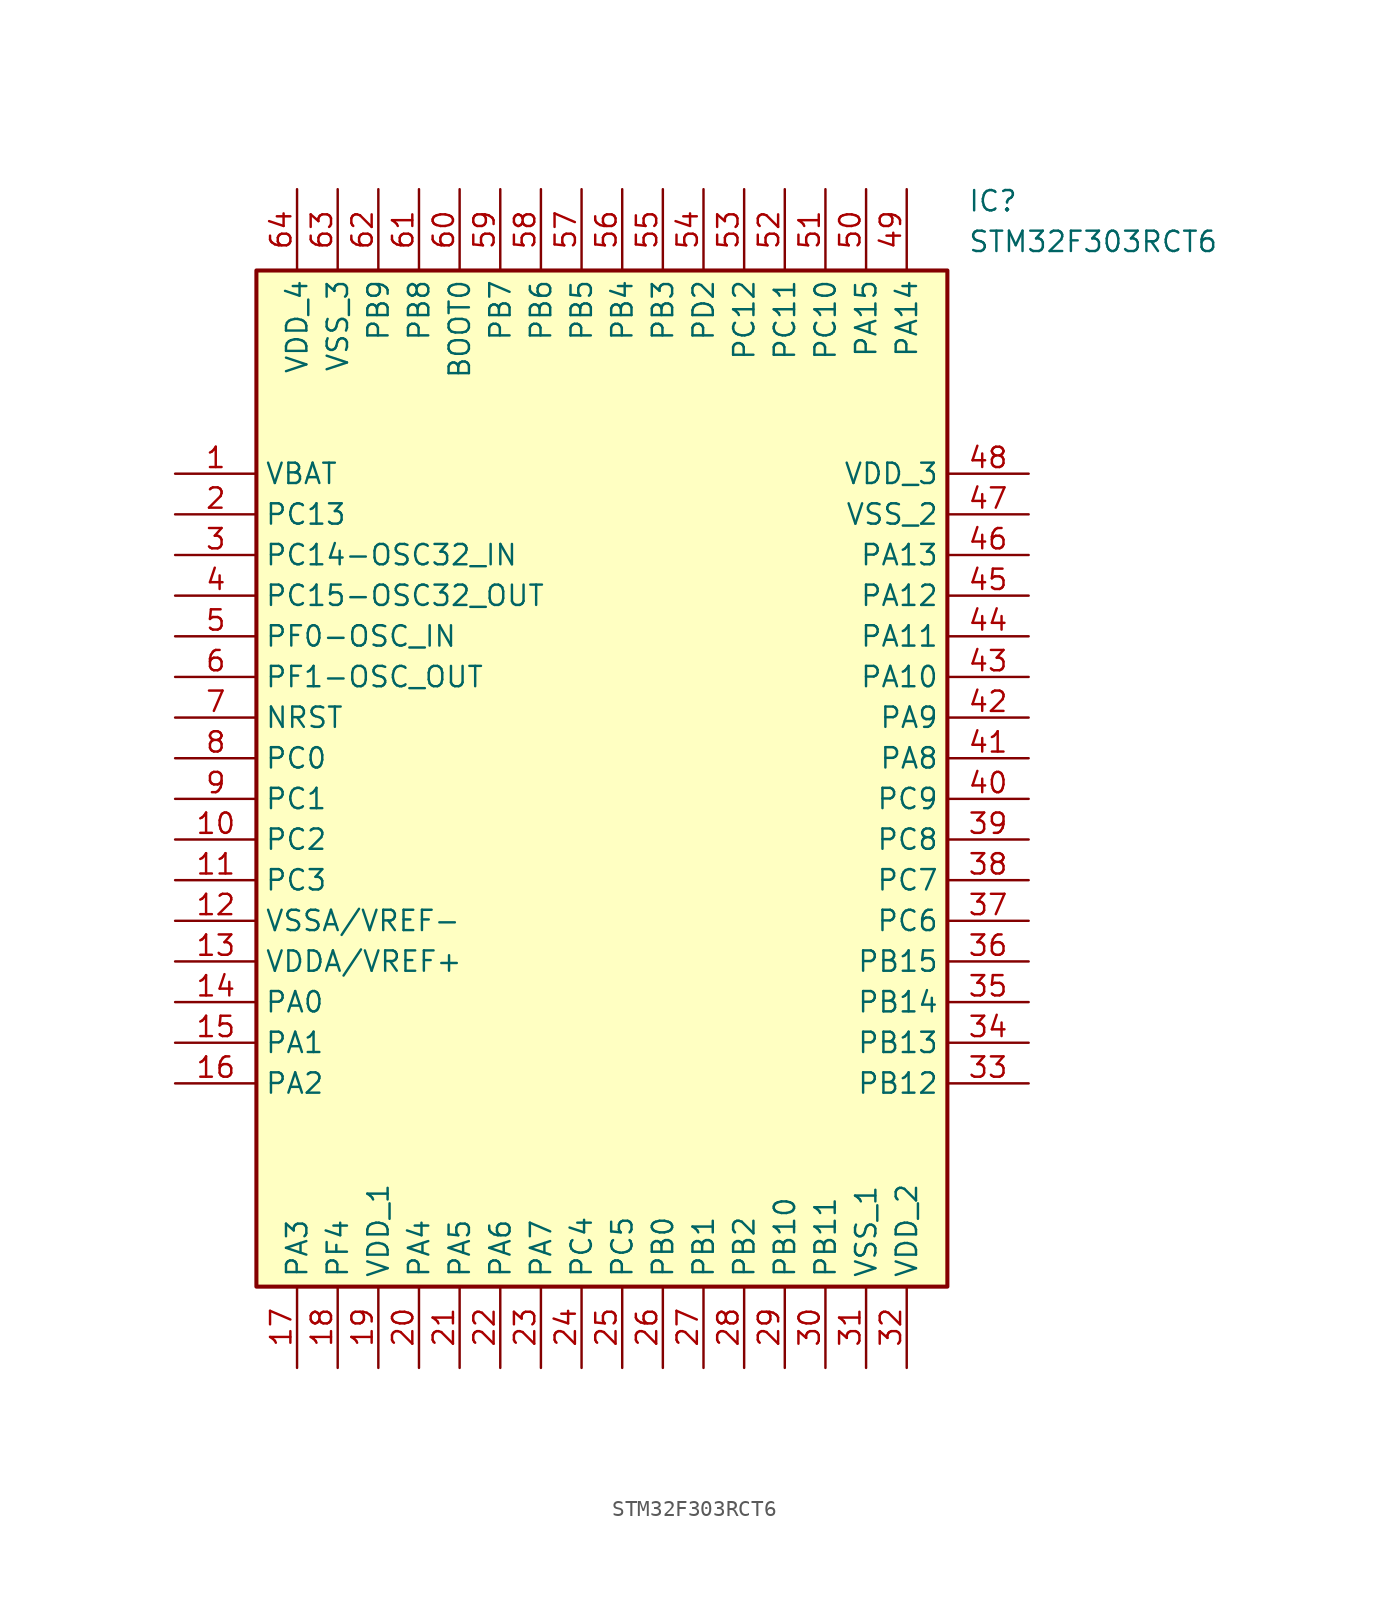
<source format=kicad_sym>
(kicad_symbol_lib
  (version 20211014)
  (generator SamacSys_ECAD_Model)
  (symbol "STM32F303RCT6"
    (property "Reference" "IC"
      (at 49.53 17.78 0)
      (effects (font (size 1.27 1.27)) (justify left top)))
    (property "Value" "STM32F303RCT6"
      (at 49.53 15.24 0)
      (effects (font (size 1.27 1.27)) (justify left top)))
    (rectangle
      (start 5.08 12.7)
      (end 48.26 -50.8)
      (stroke (width 0.254) (type default))
      (fill (type background)))
    (pin power_in line
      (at 0 0 0)
      (length 5.08)
      (name "VBAT" (effects (font (size 1.27 1.27))))
      (number "1" (effects (font (size 1.27 1.27)))))
    (pin passive line
      (at 0 -2.54 0)
      (length 5.08)
      (name "PC13" (effects (font (size 1.27 1.27))))
      (number "2" (effects (font (size 1.27 1.27)))))
    (pin passive line
      (at 0 -5.08 0)
      (length 5.08)
      (name "PC14-OSC32_IN" (effects (font (size 1.27 1.27))))
      (number "3" (effects (font (size 1.27 1.27)))))
    (pin passive line
      (at 0 -7.62 0)
      (length 5.08)
      (name "PC15-OSC32_OUT" (effects (font (size 1.27 1.27))))
      (number "4" (effects (font (size 1.27 1.27)))))
    (pin passive line
      (at 0 -10.16 0)
      (length 5.08)
      (name "PF0-OSC_IN" (effects (font (size 1.27 1.27))))
      (number "5" (effects (font (size 1.27 1.27)))))
    (pin passive line
      (at 0 -12.7 0)
      (length 5.08)
      (name "PF1-OSC_OUT" (effects (font (size 1.27 1.27))))
      (number "6" (effects (font (size 1.27 1.27)))))
    (pin passive line
      (at 0 -15.24 0)
      (length 5.08)
      (name "NRST" (effects (font (size 1.27 1.27))))
      (number "7" (effects (font (size 1.27 1.27)))))
    (pin passive line
      (at 0 -17.78 0)
      (length 5.08)
      (name "PC0" (effects (font (size 1.27 1.27))))
      (number "8" (effects (font (size 1.27 1.27)))))
    (pin passive line
      (at 0 -20.32 0)
      (length 5.08)
      (name "PC1" (effects (font (size 1.27 1.27))))
      (number "9" (effects (font (size 1.27 1.27)))))
    (pin passive line
      (at 0 -22.86 0)
      (length 5.08)
      (name "PC2" (effects (font (size 1.27 1.27))))
      (number "10" (effects (font (size 1.27 1.27)))))
    (pin passive line
      (at 0 -25.4 0)
      (length 5.08)
      (name "PC3" (effects (font (size 1.27 1.27))))
      (number "11" (effects (font (size 1.27 1.27)))))
    (pin power_in line
      (at 0 -27.94 0)
      (length 5.08)
      (name "VSSA/VREF-" (effects (font (size 1.27 1.27))))
      (number "12" (effects (font (size 1.27 1.27)))))
    (pin power_in line
      (at 0 -30.48 0)
      (length 5.08)
      (name "VDDA/VREF+" (effects (font (size 1.27 1.27))))
      (number "13" (effects (font (size 1.27 1.27)))))
    (pin passive line
      (at 0 -33.02 0)
      (length 5.08)
      (name "PA0" (effects (font (size 1.27 1.27))))
      (number "14" (effects (font (size 1.27 1.27)))))
    (pin passive line
      (at 0 -35.56 0)
      (length 5.08)
      (name "PA1" (effects (font (size 1.27 1.27))))
      (number "15" (effects (font (size 1.27 1.27)))))
    (pin passive line
      (at 0 -38.1 0)
      (length 5.08)
      (name "PA2" (effects (font (size 1.27 1.27))))
      (number "16" (effects (font (size 1.27 1.27)))))
    (pin passive line
      (at 7.62 -55.88 90)
      (length 5.08)
      (name "PA3" (effects (font (size 1.27 1.27))))
      (number "17" (effects (font (size 1.27 1.27)))))
    (pin passive line
      (at 10.16 -55.88 90)
      (length 5.08)
      (name "PF4" (effects (font (size 1.27 1.27))))
      (number "18" (effects (font (size 1.27 1.27)))))
    (pin power_in line
      (at 12.7 -55.88 90)
      (length 5.08)
      (name "VDD_1" (effects (font (size 1.27 1.27))))
      (number "19" (effects (font (size 1.27 1.27)))))
    (pin passive line
      (at 15.24 -55.88 90)
      (length 5.08)
      (name "PA4" (effects (font (size 1.27 1.27))))
      (number "20" (effects (font (size 1.27 1.27)))))
    (pin passive line
      (at 17.78 -55.88 90)
      (length 5.08)
      (name "PA5" (effects (font (size 1.27 1.27))))
      (number "21" (effects (font (size 1.27 1.27)))))
    (pin passive line
      (at 20.32 -55.88 90)
      (length 5.08)
      (name "PA6" (effects (font (size 1.27 1.27))))
      (number "22" (effects (font (size 1.27 1.27)))))
    (pin passive line
      (at 22.86 -55.88 90)
      (length 5.08)
      (name "PA7" (effects (font (size 1.27 1.27))))
      (number "23" (effects (font (size 1.27 1.27)))))
    (pin passive line
      (at 25.4 -55.88 90)
      (length 5.08)
      (name "PC4" (effects (font (size 1.27 1.27))))
      (number "24" (effects (font (size 1.27 1.27)))))
    (pin passive line
      (at 27.94 -55.88 90)
      (length 5.08)
      (name "PC5" (effects (font (size 1.27 1.27))))
      (number "25" (effects (font (size 1.27 1.27)))))
    (pin passive line
      (at 30.48 -55.88 90)
      (length 5.08)
      (name "PB0" (effects (font (size 1.27 1.27))))
      (number "26" (effects (font (size 1.27 1.27)))))
    (pin passive line
      (at 33.02 -55.88 90)
      (length 5.08)
      (name "PB1" (effects (font (size 1.27 1.27))))
      (number "27" (effects (font (size 1.27 1.27)))))
    (pin passive line
      (at 35.56 -55.88 90)
      (length 5.08)
      (name "PB2" (effects (font (size 1.27 1.27))))
      (number "28" (effects (font (size 1.27 1.27)))))
    (pin passive line
      (at 38.1 -55.88 90)
      (length 5.08)
      (name "PB10" (effects (font (size 1.27 1.27))))
      (number "29" (effects (font (size 1.27 1.27)))))
    (pin passive line
      (at 40.64 -55.88 90)
      (length 5.08)
      (name "PB11" (effects (font (size 1.27 1.27))))
      (number "30" (effects (font (size 1.27 1.27)))))
    (pin power_in line
      (at 43.18 -55.88 90)
      (length 5.08)
      (name "VSS_1" (effects (font (size 1.27 1.27))))
      (number "31" (effects (font (size 1.27 1.27)))))
    (pin power_in line
      (at 45.72 -55.88 90)
      (length 5.08)
      (name "VDD_2" (effects (font (size 1.27 1.27))))
      (number "32" (effects (font (size 1.27 1.27)))))
    (pin power_in line
      (at 53.34 0 180)
      (length 5.08)
      (name "VDD_3" (effects (font (size 1.27 1.27))))
      (number "48" (effects (font (size 1.27 1.27)))))
    (pin power_in line
      (at 53.34 -2.54 180)
      (length 5.08)
      (name "VSS_2" (effects (font (size 1.27 1.27))))
      (number "47" (effects (font (size 1.27 1.27)))))
    (pin passive line
      (at 53.34 -5.08 180)
      (length 5.08)
      (name "PA13" (effects (font (size 1.27 1.27))))
      (number "46" (effects (font (size 1.27 1.27)))))
    (pin passive line
      (at 53.34 -7.62 180)
      (length 5.08)
      (name "PA12" (effects (font (size 1.27 1.27))))
      (number "45" (effects (font (size 1.27 1.27)))))
    (pin passive line
      (at 53.34 -10.16 180)
      (length 5.08)
      (name "PA11" (effects (font (size 1.27 1.27))))
      (number "44" (effects (font (size 1.27 1.27)))))
    (pin passive line
      (at 53.34 -12.7 180)
      (length 5.08)
      (name "PA10" (effects (font (size 1.27 1.27))))
      (number "43" (effects (font (size 1.27 1.27)))))
    (pin passive line
      (at 53.34 -15.24 180)
      (length 5.08)
      (name "PA9" (effects (font (size 1.27 1.27))))
      (number "42" (effects (font (size 1.27 1.27)))))
    (pin passive line
      (at 53.34 -17.78 180)
      (length 5.08)
      (name "PA8" (effects (font (size 1.27 1.27))))
      (number "41" (effects (font (size 1.27 1.27)))))
    (pin passive line
      (at 53.34 -20.32 180)
      (length 5.08)
      (name "PC9" (effects (font (size 1.27 1.27))))
      (number "40" (effects (font (size 1.27 1.27)))))
    (pin passive line
      (at 53.34 -22.86 180)
      (length 5.08)
      (name "PC8" (effects (font (size 1.27 1.27))))
      (number "39" (effects (font (size 1.27 1.27)))))
    (pin passive line
      (at 53.34 -25.4 180)
      (length 5.08)
      (name "PC7" (effects (font (size 1.27 1.27))))
      (number "38" (effects (font (size 1.27 1.27)))))
    (pin passive line
      (at 53.34 -27.94 180)
      (length 5.08)
      (name "PC6" (effects (font (size 1.27 1.27))))
      (number "37" (effects (font (size 1.27 1.27)))))
    (pin passive line
      (at 53.34 -30.48 180)
      (length 5.08)
      (name "PB15" (effects (font (size 1.27 1.27))))
      (number "36" (effects (font (size 1.27 1.27)))))
    (pin passive line
      (at 53.34 -33.02 180)
      (length 5.08)
      (name "PB14" (effects (font (size 1.27 1.27))))
      (number "35" (effects (font (size 1.27 1.27)))))
    (pin passive line
      (at 53.34 -35.56 180)
      (length 5.08)
      (name "PB13" (effects (font (size 1.27 1.27))))
      (number "34" (effects (font (size 1.27 1.27)))))
    (pin passive line
      (at 53.34 -38.1 180)
      (length 5.08)
      (name "PB12" (effects (font (size 1.27 1.27))))
      (number "33" (effects (font (size 1.27 1.27)))))
    (pin power_in line
      (at 7.62 17.78 270)
      (length 5.08)
      (name "VDD_4" (effects (font (size 1.27 1.27))))
      (number "64" (effects (font (size 1.27 1.27)))))
    (pin power_in line
      (at 10.16 17.78 270)
      (length 5.08)
      (name "VSS_3" (effects (font (size 1.27 1.27))))
      (number "63" (effects (font (size 1.27 1.27)))))
    (pin passive line
      (at 12.7 17.78 270)
      (length 5.08)
      (name "PB9" (effects (font (size 1.27 1.27))))
      (number "62" (effects (font (size 1.27 1.27)))))
    (pin passive line
      (at 15.24 17.78 270)
      (length 5.08)
      (name "PB8" (effects (font (size 1.27 1.27))))
      (number "61" (effects (font (size 1.27 1.27)))))
    (pin passive line
      (at 17.78 17.78 270)
      (length 5.08)
      (name "BOOT0" (effects (font (size 1.27 1.27))))
      (number "60" (effects (font (size 1.27 1.27)))))
    (pin passive line
      (at 20.32 17.78 270)
      (length 5.08)
      (name "PB7" (effects (font (size 1.27 1.27))))
      (number "59" (effects (font (size 1.27 1.27)))))
    (pin passive line
      (at 22.86 17.78 270)
      (length 5.08)
      (name "PB6" (effects (font (size 1.27 1.27))))
      (number "58" (effects (font (size 1.27 1.27)))))
    (pin passive line
      (at 25.4 17.78 270)
      (length 5.08)
      (name "PB5" (effects (font (size 1.27 1.27))))
      (number "57" (effects (font (size 1.27 1.27)))))
    (pin passive line
      (at 27.94 17.78 270)
      (length 5.08)
      (name "PB4" (effects (font (size 1.27 1.27))))
      (number "56" (effects (font (size 1.27 1.27)))))
    (pin passive line
      (at 30.48 17.78 270)
      (length 5.08)
      (name "PB3" (effects (font (size 1.27 1.27))))
      (number "55" (effects (font (size 1.27 1.27)))))
    (pin passive line
      (at 33.02 17.78 270)
      (length 5.08)
      (name "PD2" (effects (font (size 1.27 1.27))))
      (number "54" (effects (font (size 1.27 1.27)))))
    (pin passive line
      (at 35.56 17.78 270)
      (length 5.08)
      (name "PC12" (effects (font (size 1.27 1.27))))
      (number "53" (effects (font (size 1.27 1.27)))))
    (pin passive line
      (at 38.1 17.78 270)
      (length 5.08)
      (name "PC11" (effects (font (size 1.27 1.27))))
      (number "52" (effects (font (size 1.27 1.27)))))
    (pin passive line
      (at 40.64 17.78 270)
      (length 5.08)
      (name "PC10" (effects (font (size 1.27 1.27))))
      (number "51" (effects (font (size 1.27 1.27)))))
    (pin passive line
      (at 43.18 17.78 270)
      (length 5.08)
      (name "PA15" (effects (font (size 1.27 1.27))))
      (number "50" (effects (font (size 1.27 1.27)))))
    (pin passive line
      (at 45.72 17.78 270)
      (length 5.08)
      (name "PA14" (effects (font (size 1.27 1.27))))
      (number "49" (effects (font (size 1.27 1.27)))))))
</source>
